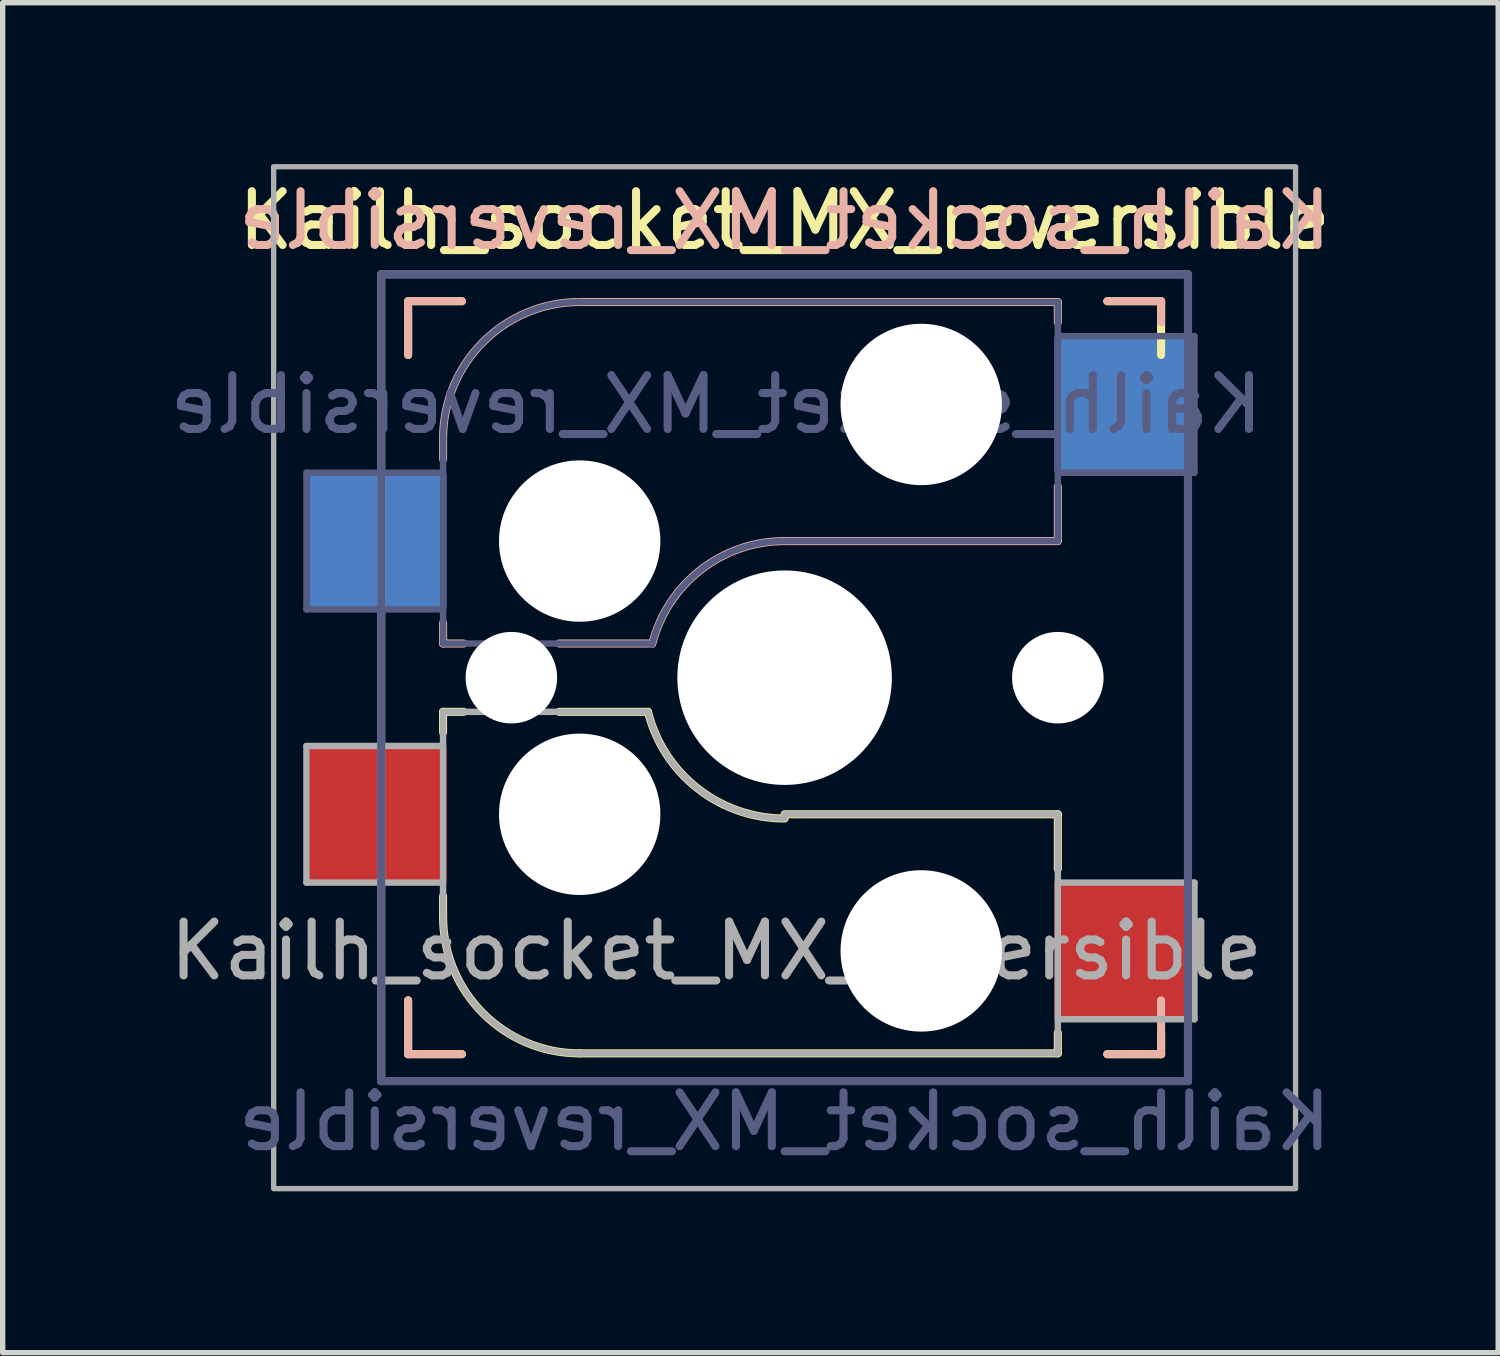
<source format=kicad_pcb>
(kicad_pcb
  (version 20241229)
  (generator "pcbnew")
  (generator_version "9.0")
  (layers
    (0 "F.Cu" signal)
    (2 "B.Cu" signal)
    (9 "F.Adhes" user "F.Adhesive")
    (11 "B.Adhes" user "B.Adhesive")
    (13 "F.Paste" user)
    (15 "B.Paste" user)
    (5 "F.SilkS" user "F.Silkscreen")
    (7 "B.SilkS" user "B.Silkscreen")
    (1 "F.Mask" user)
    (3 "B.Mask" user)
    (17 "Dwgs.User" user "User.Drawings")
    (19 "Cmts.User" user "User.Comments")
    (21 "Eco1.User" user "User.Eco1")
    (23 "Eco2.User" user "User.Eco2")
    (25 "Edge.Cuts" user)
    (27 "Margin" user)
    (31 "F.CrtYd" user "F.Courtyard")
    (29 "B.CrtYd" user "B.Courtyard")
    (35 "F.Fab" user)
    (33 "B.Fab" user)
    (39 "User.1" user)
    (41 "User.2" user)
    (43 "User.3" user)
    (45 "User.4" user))
  (footprint "Kailh_socket_MX_reversible"
    (layer "F.Cu")
    (at 11.538 9.55)
    (property "Reference" "Kailh_socket_MX_reversible" (at 0 -8.5 0) (layer "F.SilkS") (effects (font (size 1 1) (thickness 0.15))))
    (property "Value" "Kailh_socket_MX_reversible" (at 0 8.255 0) (layer "F.Fab") (hide yes) (effects (font (size 1 1) (thickness 0.15))))
    (attr smd)
    (fp_line (start -7 -7) (end -6 -7) (stroke (width 0.15) (type solid)) (layer "F.SilkS"))
    (fp_line (start -7 -6) (end -7 -7) (stroke (width 0.15) (type solid)) (layer "F.SilkS"))
    (fp_line (start -7 7) (end -7 6) (stroke (width 0.15) (type solid)) (layer "F.SilkS"))
    (fp_line (start -6.35 0.635) (end -5.969 0.635) (stroke (width 0.15) (type solid)) (layer "F.SilkS"))
    (fp_line (start -6.35 1.016) (end -6.35 0.635) (stroke (width 0.15) (type solid)) (layer "F.SilkS"))
    (fp_line (start -6.35 4.445) (end -6.35 4.064) (stroke (width 0.15) (type solid)) (layer "F.SilkS"))
    (fp_line (start -6 7) (end -7 7) (stroke (width 0.15) (type solid)) (layer "F.SilkS"))
    (fp_line (start -4.191 0.635) (end -2.54 0.635) (stroke (width 0.15) (type solid)) (layer "F.SilkS"))
    (fp_line (start 0 2.54) (end 5.08 2.54) (stroke (width 0.15) (type solid)) (layer "F.SilkS"))
    (fp_line (start 5.08 2.54) (end 5.08 3.556) (stroke (width 0.15) (type solid)) (layer "F.SilkS"))
    (fp_line (start 5.08 6.604) (end 5.08 6.985) (stroke (width 0.15) (type solid)) (layer "F.SilkS"))
    (fp_line (start 5.08 6.985) (end -3.81 6.985) (stroke (width 0.15) (type solid)) (layer "F.SilkS"))
    (fp_line (start 6 -7) (end 7 -7) (stroke (width 0.15) (type solid)) (layer "F.SilkS"))
    (fp_line (start 7 -7) (end 7 -6) (stroke (width 0.15) (type solid)) (layer "F.SilkS"))
    (fp_line (start 7 6.604) (end 7 7) (stroke (width 0.15) (type solid)) (layer "F.SilkS"))
    (fp_line (start 7 7) (end 6 7) (stroke (width 0.15) (type solid)) (layer "F.SilkS"))
    (fp_arc (start -3.81 6.985) (mid -5.606051 6.241051) (end -6.35 4.445) (stroke (width 0.15) (type solid)) (layer "F.SilkS"))
    (fp_arc (start -0.000001 2.618171) (mid -1.611255 2.063656) (end -2.539999 0.634999) (stroke (width 0.15) (type solid)) (layer "F.SilkS"))
    (fp_line (start -7 -7) (end -6 -7) (stroke (width 0.15) (type solid)) (layer "B.SilkS"))
    (fp_line (start -7 -6) (end -7 -7) (stroke (width 0.15) (type solid)) (layer "B.SilkS"))
    (fp_line (start -7 7) (end -7 6) (stroke (width 0.15) (type solid)) (layer "B.SilkS"))
    (fp_line (start -6.35 -4.445) (end -6.35 -4.064) (stroke (width 0.15) (type solid)) (layer "B.SilkS"))
    (fp_line (start -6.35 -1.016) (end -6.35 -0.635) (stroke (width 0.15) (type solid)) (layer "B.SilkS"))
    (fp_line (start -6.35 -0.635) (end -5.969 -0.635) (stroke (width 0.15) (type solid)) (layer "B.SilkS"))
    (fp_line (start -6 7) (end -7 7) (stroke (width 0.15) (type solid)) (layer "B.SilkS"))
    (fp_line (start -4.191 -0.635) (end -2.54 -0.635) (stroke (width 0.15) (type solid)) (layer "B.SilkS"))
    (fp_line (start 0 -2.54) (end 5.08 -2.54) (stroke (width 0.15) (type solid)) (layer "B.SilkS"))
    (fp_line (start 5.08 -6.985) (end -3.81 -6.985) (stroke (width 0.15) (type solid)) (layer "B.SilkS"))
    (fp_line (start 5.08 -6.604) (end 5.08 -6.985) (stroke (width 0.15) (type solid)) (layer "B.SilkS"))
    (fp_line (start 5.08 -2.54) (end 5.08 -3.556) (stroke (width 0.15) (type solid)) (layer "B.SilkS"))
    (fp_line (start 6 -7) (end 7 -7) (stroke (width 0.15) (type solid)) (layer "B.SilkS"))
    (fp_line (start 7 -7) (end 7 -6.604) (stroke (width 0.15) (type solid)) (layer "B.SilkS"))
    (fp_line (start 7 6) (end 7 7) (stroke (width 0.15) (type solid)) (layer "B.SilkS"))
    (fp_line (start 7 7) (end 6 7) (stroke (width 0.15) (type solid)) (layer "B.SilkS"))
    (fp_arc (start -6.35 -4.445) (mid -5.606051 -6.241051) (end -3.81 -6.985) (stroke (width 0.15) (type solid)) (layer "B.SilkS"))
    (fp_arc (start -2.461268 -0.627503) (mid -1.558484 -2.005674) (end 0 -2.54) (stroke (width 0.15) (type solid)) (layer "B.SilkS"))
    (fp_line (start -8.89 -3.81) (end -8.89 -1.27) (stroke (width 0.12) (type solid)) (layer "B.Fab"))
    (fp_line (start -8.89 -1.27) (end -6.35 -1.27) (stroke (width 0.12) (type solid)) (layer "B.Fab"))
    (fp_line (start -7.5 -7.5) (end 7.5 -7.5) (stroke (width 0.15) (type solid)) (layer "B.Fab"))
    (fp_line (start -7.5 7.5) (end -7.5 -7.5) (stroke (width 0.15) (type solid)) (layer "B.Fab"))
    (fp_line (start -6.35 -4.445) (end -6.35 -0.635) (stroke (width 0.12) (type solid)) (layer "B.Fab"))
    (fp_line (start -6.35 -3.81) (end -8.89 -3.81) (stroke (width 0.12) (type solid)) (layer "B.Fab"))
    (fp_line (start -6.35 -0.635) (end -2.54 -0.635) (stroke (width 0.12) (type solid)) (layer "B.Fab"))
    (fp_line (start 0 -2.54) (end 5.08 -2.54) (stroke (width 0.12) (type solid)) (layer "B.Fab"))
    (fp_line (start 5.08 -6.985) (end -3.81 -6.985) (stroke (width 0.12) (type solid)) (layer "B.Fab"))
    (fp_line (start 5.08 -3.81) (end 7.62 -3.81) (stroke (width 0.12) (type solid)) (layer "B.Fab"))
    (fp_line (start 5.08 -2.54) (end 5.08 -6.985) (stroke (width 0.12) (type solid)) (layer "B.Fab"))
    (fp_line (start 7.5 -7.5) (end 7.5 7.5) (stroke (width 0.15) (type solid)) (layer "B.Fab"))
    (fp_line (start 7.5 7.5) (end -7.5 7.5) (stroke (width 0.15) (type solid)) (layer "B.Fab"))
    (fp_line (start 7.62 -6.35) (end 5.08 -6.35) (stroke (width 0.12) (type solid)) (layer "B.Fab"))
    (fp_line (start 7.62 -3.81) (end 7.62 -6.35) (stroke (width 0.12) (type solid)) (layer "B.Fab"))
    (fp_arc (start -6.35 -4.445) (mid -5.606051 -6.241051) (end -3.81 -6.985) (stroke (width 0.12) (type solid)) (layer "B.Fab"))
    (fp_arc (start -2.464162 -0.61604) (mid -1.563147 -2.002042) (end 0 -2.54) (stroke (width 0.12) (type solid)) (layer "B.Fab"))
    (fp_line (start -8.89 1.27) (end -8.89 3.81) (stroke (width 0.12) (type solid)) (layer "F.Fab"))
    (fp_line (start -8.89 3.81) (end -6.35 3.81) (stroke (width 0.12) (type solid)) (layer "F.Fab"))
    (fp_line (start -7.5 -7.5) (end 7.5 -7.5) (stroke (width 0.15) (type solid)) (layer "F.Fab"))
    (fp_line (start -7.5 7.5) (end -7.5 -7.5) (stroke (width 0.15) (type solid)) (layer "F.Fab"))
    (fp_line (start -6.35 0.635) (end -6.35 4.445) (stroke (width 0.12) (type solid)) (layer "F.Fab"))
    (fp_line (start -6.35 1.27) (end -8.89 1.27) (stroke (width 0.12) (type solid)) (layer "F.Fab"))
    (fp_line (start -3.81 6.985) (end 5.08 6.985) (stroke (width 0.12) (type solid)) (layer "F.Fab"))
    (fp_line (start -2.54 0.635) (end -6.35 0.635) (stroke (width 0.12) (type solid)) (layer "F.Fab"))
    (fp_line (start 5.08 2.54) (end 0 2.54) (stroke (width 0.12) (type solid)) (layer "F.Fab"))
    (fp_line (start 5.08 6.35) (end 7.62 6.35) (stroke (width 0.12) (type solid)) (layer "F.Fab"))
    (fp_line (start 5.08 6.985) (end 5.08 2.54) (stroke (width 0.12) (type solid)) (layer "F.Fab"))
    (fp_line (start 7.5 -7.5) (end 7.5 7.5) (stroke (width 0.15) (type solid)) (layer "F.Fab"))
    (fp_line (start 7.5 7.5) (end -7.5 7.5) (stroke (width 0.15) (type solid)) (layer "F.Fab"))
    (fp_line (start 7.62 3.81) (end 5.08 3.81) (stroke (width 0.12) (type solid)) (layer "F.Fab"))
    (fp_line (start 7.62 6.35) (end 7.62 3.81) (stroke (width 0.12) (type solid)) (layer "F.Fab"))
    (fp_rect (start -9.5 -9.5) (end 9.5 9.5) (stroke (width 0.1) (type solid)) (fill no) (layer "F.Fab"))
    (fp_arc (start -3.81 6.985) (mid -5.606051 6.241051) (end -6.35 4.445) (stroke (width 0.12) (type solid)) (layer "F.Fab"))
    (fp_arc (start -0.000001 2.618171) (mid -1.611255 2.063656) (end -2.539999 0.634999) (stroke (width 0.12) (type solid)) (layer "F.Fab"))
    (fp_text user "${REFERENCE}" (at 0 -8.5 0) (layer "B.SilkS") (effects (font (size 1 1) (thickness 0.15)) (justify mirror)))
    (fp_text user "${REFERENCE}" (at -1.27 -5.08 0) (layer "B.Fab") (effects (font (size 1 1) (thickness 0.15)) (justify mirror)))
    (fp_text user "${VALUE}" (at 0 8.255 0) (layer "B.Fab") (effects (font (size 1 1) (thickness 0.15)) (justify mirror)))
    (fp_text user "${REFERENCE}" (at -1.27 5.08 0) (layer "F.Fab") (effects (font (size 1 1) (thickness 0.15))))
    (pad "" np_thru_hole circle (at -5.08 0) (size 1.702 1.702) (drill 1.702) (layers "*.Cu" "*.Mask"))
    (pad "" np_thru_hole circle (at -3.81 -2.54) (size 3 3) (drill 3) (layers "*.Cu" "*.Mask"))
    (pad "" np_thru_hole circle (at -3.81 2.54) (size 3 3) (drill 3) (layers "*.Cu" "*.Mask"))
    (pad "" np_thru_hole circle (at 0 0) (size 3.988 3.988) (drill 3.988) (layers "*.Cu" "*.Mask"))
    (pad "" np_thru_hole circle (at 2.54 -5.08) (size 3 3) (drill 3) (layers "*.Cu" "*.Mask"))
    (pad "" np_thru_hole circle (at 2.54 5.08) (size 3 3) (drill 3) (layers "*.Cu" "*.Mask"))
    (pad "" np_thru_hole circle (at 5.08 0) (size 1.702 1.702) (drill 1.702) (layers "*.Cu" "*.Mask"))
    (pad "1" smd rect (at 6.29 -5.08) (size 2.55 2.5) (layers "B.Cu" "B.Mask" "B.Paste"))
    (pad "2" smd rect (at -7.56 -2.54) (size 2.55 2.5) (layers "B.Cu" "B.Mask" "B.Paste"))
    (pad "3" smd rect (at 6.29 5.08) (size 2.55 2.5) (layers "F.Cu" "F.Mask" "F.Paste"))
    (pad "4" smd rect (at -7.56 2.54) (size 2.55 2.5) (layers "F.Cu" "F.Mask" "F.Paste")))
  (gr_rect
    (start -3 -3)
    (end 24.806 22.1)
    (stroke (width 0.1) (type default))
    (fill no)
    (layer "Edge.Cuts")))
</source>
